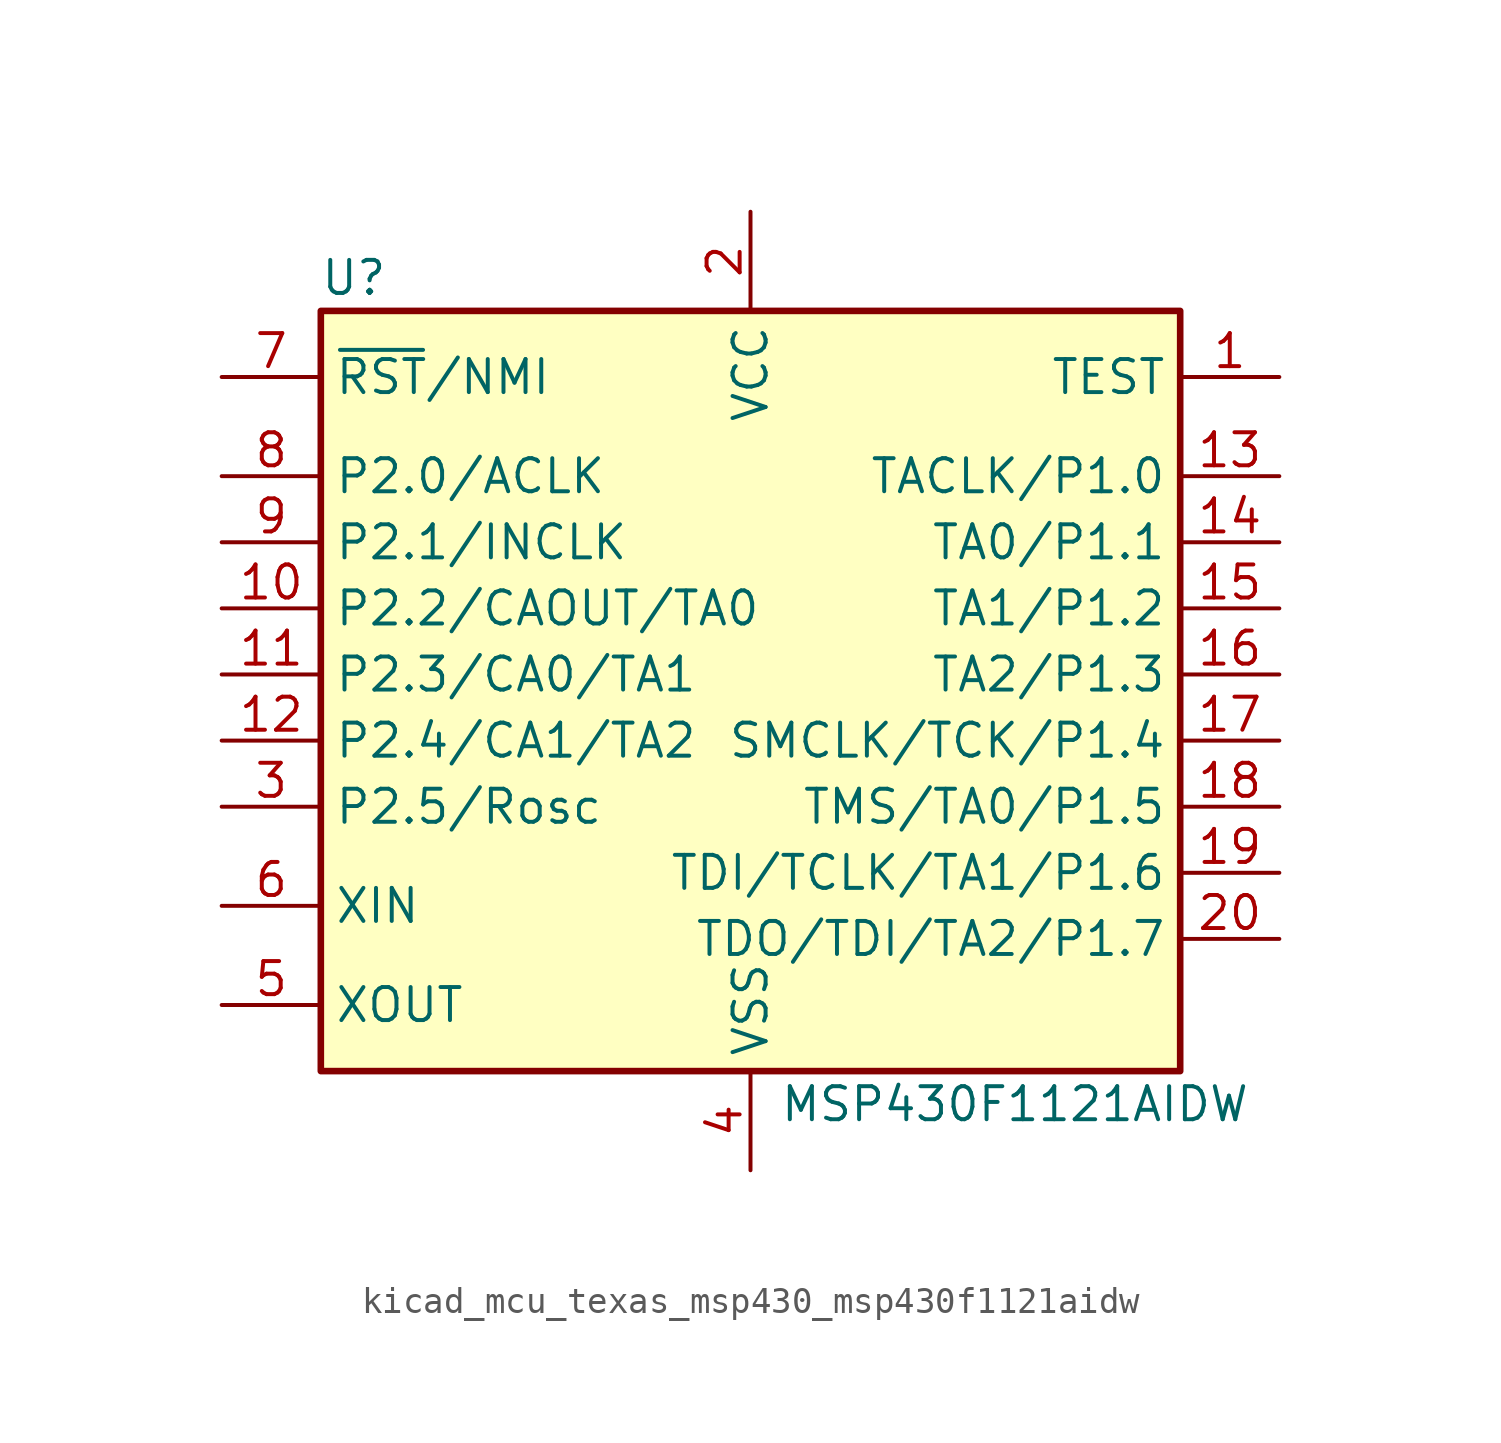
<source format=kicad_sym>
(kicad_symbol_lib
  (version 20220914)
  (generator kicad_symbol_editor)
  (symbol "kicad_mcu_texas_msp430_msp430f1121aidw"
    (property "Reference" "U"
      (at -15.24 15.24 0)
      (effects (font (size 1.27 1.27))))
    (property "Value" "MSP430F1121AIDW"
      (at 10.16 -16.51 0)
      (effects (font (size 1.27 1.27))))
    (symbol "kicad_mcu_texas_msp430_msp430f1121aidw_0_1"
      (rectangle (start -16.51 13.97) (end 16.51 -15.24) (stroke (width 0.254) (type default)) (fill (type background))))
    (symbol "kicad_mcu_texas_msp430_msp430f1121aidw_1_1"
      (pin input line (at 20.32 11.43 180) (length 3.81) (name "TEST" (effects (font (size 1.27 1.27)))) (number "1" (effects (font (size 1.27 1.27)))))
      (pin bidirectional line (at -20.32 2.54 0) (length 3.81) (name "P2.2/CAOUT/TA0" (effects (font (size 1.27 1.27)))) (number "10" (effects (font (size 1.27 1.27)))))
      (pin bidirectional line (at -20.32 0 0) (length 3.81) (name "P2.3/CA0/TA1" (effects (font (size 1.27 1.27)))) (number "11" (effects (font (size 1.27 1.27)))))
      (pin bidirectional line (at -20.32 -2.54 0) (length 3.81) (name "P2.4/CA1/TA2" (effects (font (size 1.27 1.27)))) (number "12" (effects (font (size 1.27 1.27)))))
      (pin bidirectional line (at 20.32 7.62 180) (length 3.81) (name "TACLK/P1.0" (effects (font (size 1.27 1.27)))) (number "13" (effects (font (size 1.27 1.27)))))
      (pin bidirectional line (at 20.32 5.08 180) (length 3.81) (name "TA0/P1.1" (effects (font (size 1.27 1.27)))) (number "14" (effects (font (size 1.27 1.27)))))
      (pin bidirectional line (at 20.32 2.54 180) (length 3.81) (name "TA1/P1.2" (effects (font (size 1.27 1.27)))) (number "15" (effects (font (size 1.27 1.27)))))
      (pin bidirectional line (at 20.32 0 180) (length 3.81) (name "TA2/P1.3" (effects (font (size 1.27 1.27)))) (number "16" (effects (font (size 1.27 1.27)))))
      (pin bidirectional line (at 20.32 -2.54 180) (length 3.81) (name "SMCLK/TCK/P1.4" (effects (font (size 1.27 1.27)))) (number "17" (effects (font (size 1.27 1.27)))))
      (pin bidirectional line (at 20.32 -5.08 180) (length 3.81) (name "TMS/TA0/P1.5" (effects (font (size 1.27 1.27)))) (number "18" (effects (font (size 1.27 1.27)))))
      (pin bidirectional line (at 20.32 -7.62 180) (length 3.81) (name "TDI/TCLK/TA1/P1.6" (effects (font (size 1.27 1.27)))) (number "19" (effects (font (size 1.27 1.27)))))
      (pin power_in line (at 0 17.78 270) (length 3.81) (name "VCC" (effects (font (size 1.27 1.27)))) (number "2" (effects (font (size 1.27 1.27)))))
      (pin bidirectional line (at 20.32 -10.16 180) (length 3.81) (name "TDO/TDI/TA2/P1.7" (effects (font (size 1.27 1.27)))) (number "20" (effects (font (size 1.27 1.27)))))
      (pin bidirectional line (at -20.32 -5.08 0) (length 3.81) (name "P2.5/Rosc" (effects (font (size 1.27 1.27)))) (number "3" (effects (font (size 1.27 1.27)))))
      (pin power_in line (at 0 -19.05 90) (length 3.81) (name "VSS" (effects (font (size 1.27 1.27)))) (number "4" (effects (font (size 1.27 1.27)))))
      (pin output line (at -20.32 -12.7 0) (length 3.81) (name "XOUT" (effects (font (size 1.27 1.27)))) (number "5" (effects (font (size 1.27 1.27)))))
      (pin input line (at -20.32 -8.89 0) (length 3.81) (name "XIN" (effects (font (size 1.27 1.27)))) (number "6" (effects (font (size 1.27 1.27)))))
      (pin input line (at -20.32 11.43 0) (length 3.81) (name "~{RST}/NMI" (effects (font (size 1.27 1.27)))) (number "7" (effects (font (size 1.27 1.27)))))
      (pin bidirectional line (at -20.32 7.62 0) (length 3.81) (name "P2.0/ACLK" (effects (font (size 1.27 1.27)))) (number "8" (effects (font (size 1.27 1.27)))))
      (pin bidirectional line (at -20.32 5.08 0) (length 3.81) (name "P2.1/INCLK" (effects (font (size 1.27 1.27)))) (number "9" (effects (font (size 1.27 1.27))))))))
</source>
